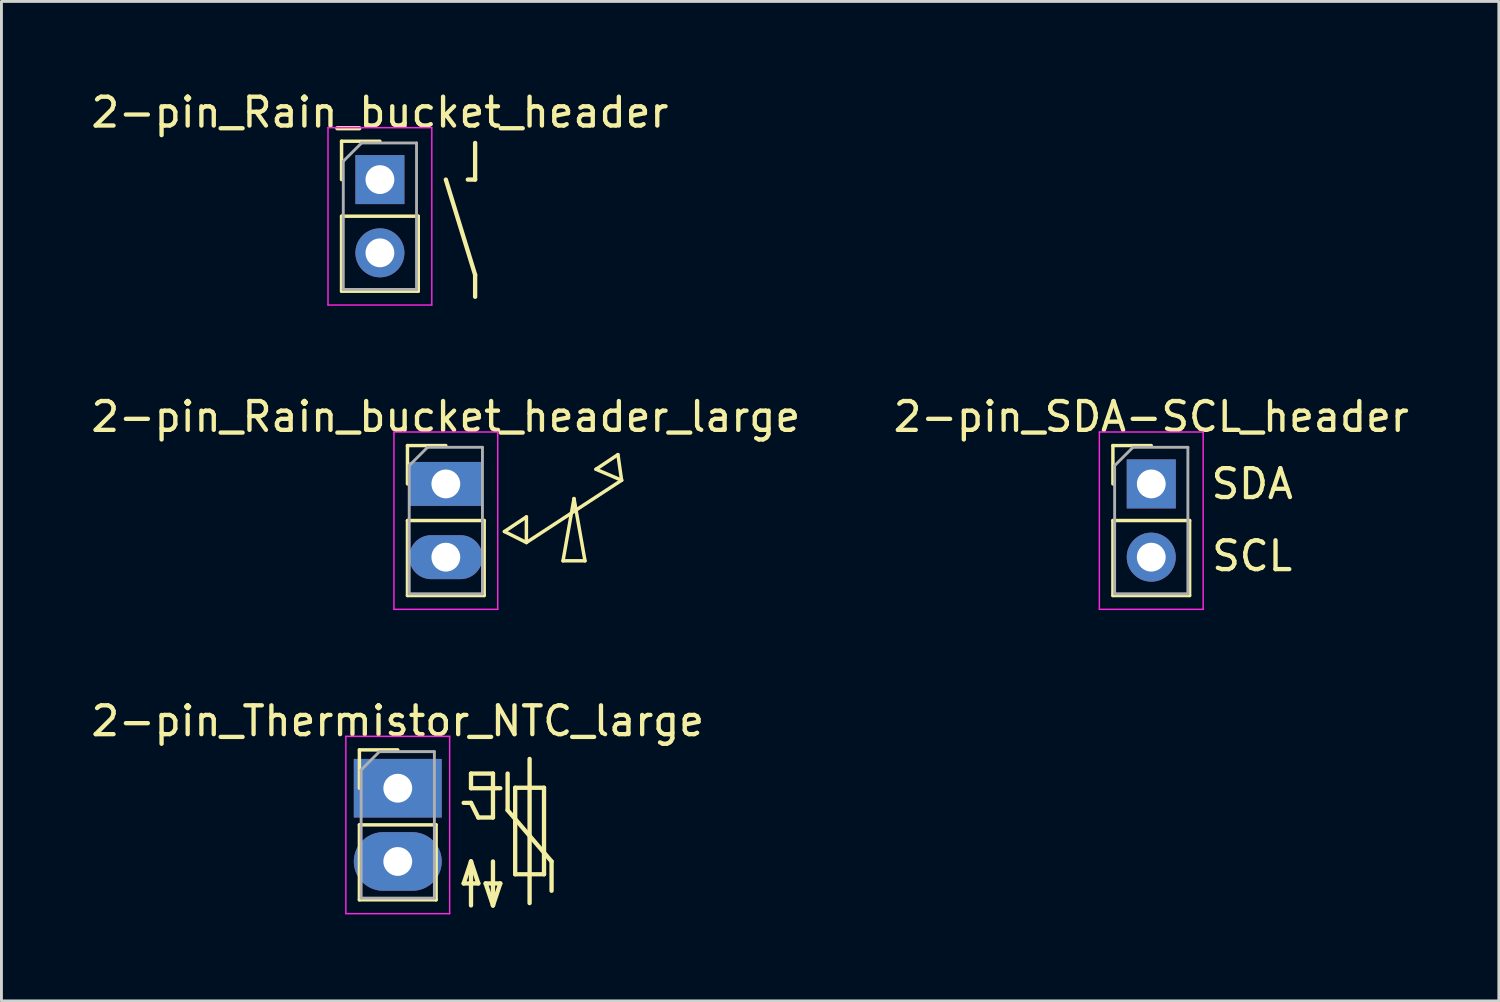
<source format=kicad_pcb>
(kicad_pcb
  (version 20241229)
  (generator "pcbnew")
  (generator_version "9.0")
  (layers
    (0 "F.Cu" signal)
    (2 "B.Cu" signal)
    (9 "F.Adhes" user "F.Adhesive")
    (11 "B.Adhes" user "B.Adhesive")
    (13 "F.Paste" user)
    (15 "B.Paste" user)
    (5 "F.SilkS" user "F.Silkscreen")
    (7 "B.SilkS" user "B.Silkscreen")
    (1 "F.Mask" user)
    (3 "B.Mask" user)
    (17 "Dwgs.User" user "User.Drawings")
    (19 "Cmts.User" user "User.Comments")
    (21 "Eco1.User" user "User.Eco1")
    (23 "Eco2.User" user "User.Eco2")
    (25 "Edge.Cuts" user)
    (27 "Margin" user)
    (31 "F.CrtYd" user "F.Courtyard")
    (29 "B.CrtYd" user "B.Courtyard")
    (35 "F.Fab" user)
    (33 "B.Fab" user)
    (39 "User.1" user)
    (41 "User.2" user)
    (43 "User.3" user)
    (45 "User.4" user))
  (footprint "2-pin_Rain_bucket_header_large"
    (layer "F.Cu")
    (at 12.411 13.732)
    (property "Reference" "2-pin_Rain_bucket_header_large" (at 0 -2.33 0) (layer "F.SilkS") (effects (font (size 1 1) (thickness 0.15))))
    (attr through_hole)
    (fp_line (start -1.33 -1.33) (end 0 -1.33) (stroke (width 0.12) (type solid)) (layer "F.SilkS"))
    (fp_line (start -1.33 0) (end -1.33 -1.33) (stroke (width 0.12) (type solid)) (layer "F.SilkS"))
    (fp_line (start -1.33 1.27) (end -1.33 3.87) (stroke (width 0.12) (type solid)) (layer "F.SilkS"))
    (fp_line (start -1.33 1.27) (end 1.33 1.27) (stroke (width 0.12) (type solid)) (layer "F.SilkS"))
    (fp_line (start -1.33 3.87) (end 1.33 3.87) (stroke (width 0.12) (type solid)) (layer "F.SilkS"))
    (fp_line (start 1.33 1.27) (end 1.33 3.87) (stroke (width 0.12) (type solid)) (layer "F.SilkS"))
    (fp_line (start 2.032 1.651) (end 2.794 1.143) (stroke (width 0.12) (type solid)) (layer "F.SilkS"))
    (fp_line (start 2.794 1.143) (end 2.794 2.032) (stroke (width 0.12) (type solid)) (layer "F.SilkS"))
    (fp_line (start 2.794 2.032) (end 2.032 1.651) (stroke (width 0.12) (type solid)) (layer "F.SilkS"))
    (fp_line (start 2.794 2.032) (end 6.096 -0.127) (stroke (width 0.12) (type solid)) (layer "F.SilkS"))
    (fp_line (start 4.064 2.667) (end 4.445 0.508) (stroke (width 0.12) (type solid)) (layer "F.SilkS"))
    (fp_line (start 4.445 0.508) (end 4.826 2.667) (stroke (width 0.12) (type solid)) (layer "F.SilkS"))
    (fp_line (start 4.826 2.667) (end 4.064 2.667) (stroke (width 0.12) (type solid)) (layer "F.SilkS"))
    (fp_line (start 5.207 -0.508) (end 5.969 -1.016) (stroke (width 0.12) (type solid)) (layer "F.SilkS"))
    (fp_line (start 5.969 -1.016) (end 6.096 -0.127) (stroke (width 0.12) (type solid)) (layer "F.SilkS"))
    (fp_line (start 6.096 -0.127) (end 5.207 -0.508) (stroke (width 0.12) (type solid)) (layer "F.SilkS"))
    (fp_line (start -1.8 -1.8) (end -1.8 4.35) (stroke (width 0.05) (type solid)) (layer "F.CrtYd"))
    (fp_line (start -1.8 4.35) (end 1.8 4.35) (stroke (width 0.05) (type solid)) (layer "F.CrtYd"))
    (fp_line (start 1.8 -1.8) (end -1.8 -1.8) (stroke (width 0.05) (type solid)) (layer "F.CrtYd"))
    (fp_line (start 1.8 4.35) (end 1.8 -1.8) (stroke (width 0.05) (type solid)) (layer "F.CrtYd"))
    (fp_line (start -1.27 -0.635) (end -0.635 -1.27) (stroke (width 0.1) (type solid)) (layer "F.Fab"))
    (fp_line (start -1.27 3.81) (end -1.27 -0.635) (stroke (width 0.1) (type solid)) (layer "F.Fab"))
    (fp_line (start -0.635 -1.27) (end 1.27 -1.27) (stroke (width 0.1) (type solid)) (layer "F.Fab"))
    (fp_line (start 1.27 -1.27) (end 1.27 3.81) (stroke (width 0.1) (type solid)) (layer "F.Fab"))
    (fp_line (start 1.27 3.81) (end -1.27 3.81) (stroke (width 0.1) (type solid)) (layer "F.Fab"))
    (pad "1" thru_hole rect (at 0 0) (size 2.54 1.524) (drill 1) (layers "*.Cu" "*.Mask"))
    (pad "2" thru_hole oval (at 0 2.54) (size 2.54 1.524) (drill 1) (layers "*.Cu" "*.Mask")))
  (footprint "2-pin_Thermistor_NTC_large"
    (layer "F.Cu")
    (at 10.744 24.285)
    (property "Reference" "2-pin_Thermistor_NTC_large" (at 0 -2.33 0) (layer "F.SilkS") (effects (font (size 1 1) (thickness 0.15))))
    (attr through_hole)
    (fp_line (start -1.33 -1.33) (end 0 -1.33) (stroke (width 0.12) (type solid)) (layer "F.SilkS"))
    (fp_line (start -1.33 0) (end -1.33 -1.33) (stroke (width 0.12) (type solid)) (layer "F.SilkS"))
    (fp_line (start -1.33 1.27) (end -1.33 3.87) (stroke (width 0.12) (type solid)) (layer "F.SilkS"))
    (fp_line (start -1.33 1.27) (end 1.33 1.27) (stroke (width 0.12) (type solid)) (layer "F.SilkS"))
    (fp_line (start -1.33 3.87) (end 1.33 3.87) (stroke (width 0.12) (type solid)) (layer "F.SilkS"))
    (fp_line (start 1.33 1.27) (end 1.33 3.87) (stroke (width 0.12) (type solid)) (layer "F.SilkS"))
    (fp_line (start 2.286 0.508) (end 2.54 0.508) (stroke (width 0.15) (type solid)) (layer "F.SilkS"))
    (fp_line (start 2.286 3.302) (end 2.794 3.302) (stroke (width 0.15) (type solid)) (layer "F.SilkS"))
    (fp_line (start 2.54 -0.508) (end 2.54 0) (stroke (width 0.15) (type solid)) (layer "F.SilkS"))
    (fp_line (start 2.54 0) (end 3.556 0) (stroke (width 0.15) (type solid)) (layer "F.SilkS"))
    (fp_line (start 2.54 0.508) (end 2.794 1.016) (stroke (width 0.15) (type solid)) (layer "F.SilkS"))
    (fp_line (start 2.54 2.54) (end 2.286 3.302) (stroke (width 0.15) (type solid)) (layer "F.SilkS"))
    (fp_line (start 2.54 4.064) (end 2.54 2.54) (stroke (width 0.15) (type solid)) (layer "F.SilkS"))
    (fp_line (start 2.794 1.016) (end 3.302 1.016) (stroke (width 0.15) (type solid)) (layer "F.SilkS"))
    (fp_line (start 2.794 3.302) (end 2.54 2.54) (stroke (width 0.15) (type solid)) (layer "F.SilkS"))
    (fp_line (start 3.048 3.302) (end 3.302 4.064) (stroke (width 0.15) (type solid)) (layer "F.SilkS"))
    (fp_line (start 3.302 -0.508) (end 2.54 -0.508) (stroke (width 0.15) (type solid)) (layer "F.SilkS"))
    (fp_line (start 3.302 1.016) (end 3.302 -0.508) (stroke (width 0.15) (type solid)) (layer "F.SilkS"))
    (fp_line (start 3.302 2.54) (end 3.302 4.064) (stroke (width 0.15) (type solid)) (layer "F.SilkS"))
    (fp_line (start 3.302 4.064) (end 3.556 3.302) (stroke (width 0.15) (type solid)) (layer "F.SilkS"))
    (fp_line (start 3.556 3.302) (end 3.048 3.302) (stroke (width 0.15) (type solid)) (layer "F.SilkS"))
    (fp_line (start 3.81 0.762) (end 3.81 -0.508) (stroke (width 0.15) (type solid)) (layer "F.SilkS"))
    (fp_line (start 4.072 -0.016) (end 4.072 2.984) (stroke (width 0.15) (type solid)) (layer "F.SilkS"))
    (fp_line (start 4.072 2.984) (end 5.072 2.984) (stroke (width 0.15) (type solid)) (layer "F.SilkS"))
    (fp_line (start 4.572 -1.016) (end 4.572 3.984) (stroke (width 0.15) (type solid)) (layer "F.SilkS"))
    (fp_line (start 5.072 -0.016) (end 4.072 -0.016) (stroke (width 0.15) (type solid)) (layer "F.SilkS"))
    (fp_line (start 5.072 2.984) (end 5.072 -0.016) (stroke (width 0.15) (type solid)) (layer "F.SilkS"))
    (fp_line (start 5.334 2.54) (end 3.81 0.762) (stroke (width 0.15) (type solid)) (layer "F.SilkS"))
    (fp_line (start 5.334 3.556) (end 5.334 2.54) (stroke (width 0.15) (type solid)) (layer "F.SilkS"))
    (fp_line (start -1.8 -1.8) (end -1.8 4.35) (stroke (width 0.05) (type solid)) (layer "F.CrtYd"))
    (fp_line (start -1.8 4.35) (end 1.8 4.35) (stroke (width 0.05) (type solid)) (layer "F.CrtYd"))
    (fp_line (start 1.8 -1.8) (end -1.8 -1.8) (stroke (width 0.05) (type solid)) (layer "F.CrtYd"))
    (fp_line (start 1.8 4.35) (end 1.8 -1.8) (stroke (width 0.05) (type solid)) (layer "F.CrtYd"))
    (fp_line (start -1.27 -0.635) (end -0.635 -1.27) (stroke (width 0.1) (type solid)) (layer "F.Fab"))
    (fp_line (start -1.27 3.81) (end -1.27 -0.635) (stroke (width 0.1) (type solid)) (layer "F.Fab"))
    (fp_line (start -0.635 -1.27) (end 1.27 -1.27) (stroke (width 0.1) (type solid)) (layer "F.Fab"))
    (fp_line (start 1.27 -1.27) (end 1.27 3.81) (stroke (width 0.1) (type solid)) (layer "F.Fab"))
    (fp_line (start 1.27 3.81) (end -1.27 3.81) (stroke (width 0.1) (type solid)) (layer "F.Fab"))
    (pad "1" thru_hole rect (at 0 0) (size 3.048 2.032) (drill 1) (layers "*.Cu" "*.Mask"))
    (pad "2" thru_hole oval (at 0 2.54) (size 3.048 2.032) (drill 1) (layers "*.Cu" "*.Mask")))
  (footprint "2-pin_Rain_bucket_header"
    (layer "F.Cu")
    (at 10.125 3.178)
    (property "Reference" "2-pin_Rain_bucket_header" (at 0 -2.33 0) (layer "F.SilkS") (effects (font (size 1 1) (thickness 0.15))))
    (attr through_hole)
    (fp_line (start -1.33 -1.33) (end 0 -1.33) (stroke (width 0.12) (type solid)) (layer "F.SilkS"))
    (fp_line (start -1.33 0) (end -1.33 -1.33) (stroke (width 0.12) (type solid)) (layer "F.SilkS"))
    (fp_line (start -1.33 1.27) (end -1.33 3.87) (stroke (width 0.12) (type solid)) (layer "F.SilkS"))
    (fp_line (start -1.33 1.27) (end 1.33 1.27) (stroke (width 0.12) (type solid)) (layer "F.SilkS"))
    (fp_line (start -1.33 3.87) (end 1.33 3.87) (stroke (width 0.12) (type solid)) (layer "F.SilkS"))
    (fp_line (start 1.33 1.27) (end 1.33 3.87) (stroke (width 0.12) (type solid)) (layer "F.SilkS"))
    (fp_line (start 3.048 0) (end 3.302 0) (stroke (width 0.15) (type solid)) (layer "F.SilkS"))
    (fp_line (start 3.302 0) (end 3.302 -1.27) (stroke (width 0.15) (type solid)) (layer "F.SilkS"))
    (fp_line (start 3.302 3.302) (end 2.286 0) (stroke (width 0.15) (type solid)) (layer "F.SilkS"))
    (fp_line (start 3.302 4.064) (end 3.302 3.302) (stroke (width 0.15) (type solid)) (layer "F.SilkS"))
    (fp_line (start -1.8 -1.8) (end -1.8 4.35) (stroke (width 0.05) (type solid)) (layer "F.CrtYd"))
    (fp_line (start -1.8 4.35) (end 1.8 4.35) (stroke (width 0.05) (type solid)) (layer "F.CrtYd"))
    (fp_line (start 1.8 -1.8) (end -1.8 -1.8) (stroke (width 0.05) (type solid)) (layer "F.CrtYd"))
    (fp_line (start 1.8 4.35) (end 1.8 -1.8) (stroke (width 0.05) (type solid)) (layer "F.CrtYd"))
    (fp_line (start -1.27 -0.635) (end -0.635 -1.27) (stroke (width 0.1) (type solid)) (layer "F.Fab"))
    (fp_line (start -1.27 3.81) (end -1.27 -0.635) (stroke (width 0.1) (type solid)) (layer "F.Fab"))
    (fp_line (start -0.635 -1.27) (end 1.27 -1.27) (stroke (width 0.1) (type solid)) (layer "F.Fab"))
    (fp_line (start 1.27 -1.27) (end 1.27 3.81) (stroke (width 0.1) (type solid)) (layer "F.Fab"))
    (fp_line (start 1.27 3.81) (end -1.27 3.81) (stroke (width 0.1) (type solid)) (layer "F.Fab"))
    (pad "1" thru_hole rect (at 0 0) (size 1.7 1.7) (drill 1) (layers "*.Cu" "*.Mask"))
    (pad "2" thru_hole oval (at 0 2.54) (size 1.7 1.7) (drill 1) (layers "*.Cu" "*.Mask")))
  (footprint "2-pin_SDA-SCL_header"
    (layer "F.Cu")
    (at 36.875 13.732)
    (property "Reference" "2-pin_SDA-SCL_header" (at 0 -2.33 0) (layer "F.SilkS") (effects (font (size 1 1) (thickness 0.15))))
    (attr through_hole)
    (fp_line (start -1.33 -1.33) (end 0 -1.33) (stroke (width 0.12) (type solid)) (layer "F.SilkS"))
    (fp_line (start -1.33 0) (end -1.33 -1.33) (stroke (width 0.12) (type solid)) (layer "F.SilkS"))
    (fp_line (start -1.33 1.27) (end -1.33 3.87) (stroke (width 0.12) (type solid)) (layer "F.SilkS"))
    (fp_line (start -1.33 1.27) (end 1.33 1.27) (stroke (width 0.12) (type solid)) (layer "F.SilkS"))
    (fp_line (start -1.33 3.87) (end 1.33 3.87) (stroke (width 0.12) (type solid)) (layer "F.SilkS"))
    (fp_line (start 1.33 1.27) (end 1.33 3.87) (stroke (width 0.12) (type solid)) (layer "F.SilkS"))
    (fp_line (start -1.8 -1.8) (end -1.8 4.35) (stroke (width 0.05) (type solid)) (layer "F.CrtYd"))
    (fp_line (start -1.8 4.35) (end 1.8 4.35) (stroke (width 0.05) (type solid)) (layer "F.CrtYd"))
    (fp_line (start 1.8 -1.8) (end -1.8 -1.8) (stroke (width 0.05) (type solid)) (layer "F.CrtYd"))
    (fp_line (start 1.8 4.35) (end 1.8 -1.8) (stroke (width 0.05) (type solid)) (layer "F.CrtYd"))
    (fp_line (start -1.27 -0.635) (end -0.635 -1.27) (stroke (width 0.1) (type solid)) (layer "F.Fab"))
    (fp_line (start -1.27 3.81) (end -1.27 -0.635) (stroke (width 0.1) (type solid)) (layer "F.Fab"))
    (fp_line (start -0.635 -1.27) (end 1.27 -1.27) (stroke (width 0.1) (type solid)) (layer "F.Fab"))
    (fp_line (start 1.27 -1.27) (end 1.27 3.81) (stroke (width 0.1) (type solid)) (layer "F.Fab"))
    (fp_line (start 1.27 3.81) (end -1.27 3.81) (stroke (width 0.1) (type solid)) (layer "F.Fab"))
    (fp_text user "SDA" (at 3.5 0 0) (layer "F.SilkS") (effects (font (size 1 1) (thickness 0.15))))
    (fp_text user "SCL" (at 3.5 2.5 0) (layer "F.SilkS") (effects (font (size 1 1) (thickness 0.15))))
    (pad "1" thru_hole rect (at 0 0) (size 1.7 1.7) (drill 1) (layers "*.Cu" "*.Mask"))
    (pad "2" thru_hole oval (at 0 2.54) (size 1.7 1.7) (drill 1) (layers "*.Cu" "*.Mask")))
  (gr_rect
    (start -3 -3)
    (end 48.929 31.66)
    (stroke (width 0.1) (type default))
    (fill no)
    (layer "Edge.Cuts")))
</source>
